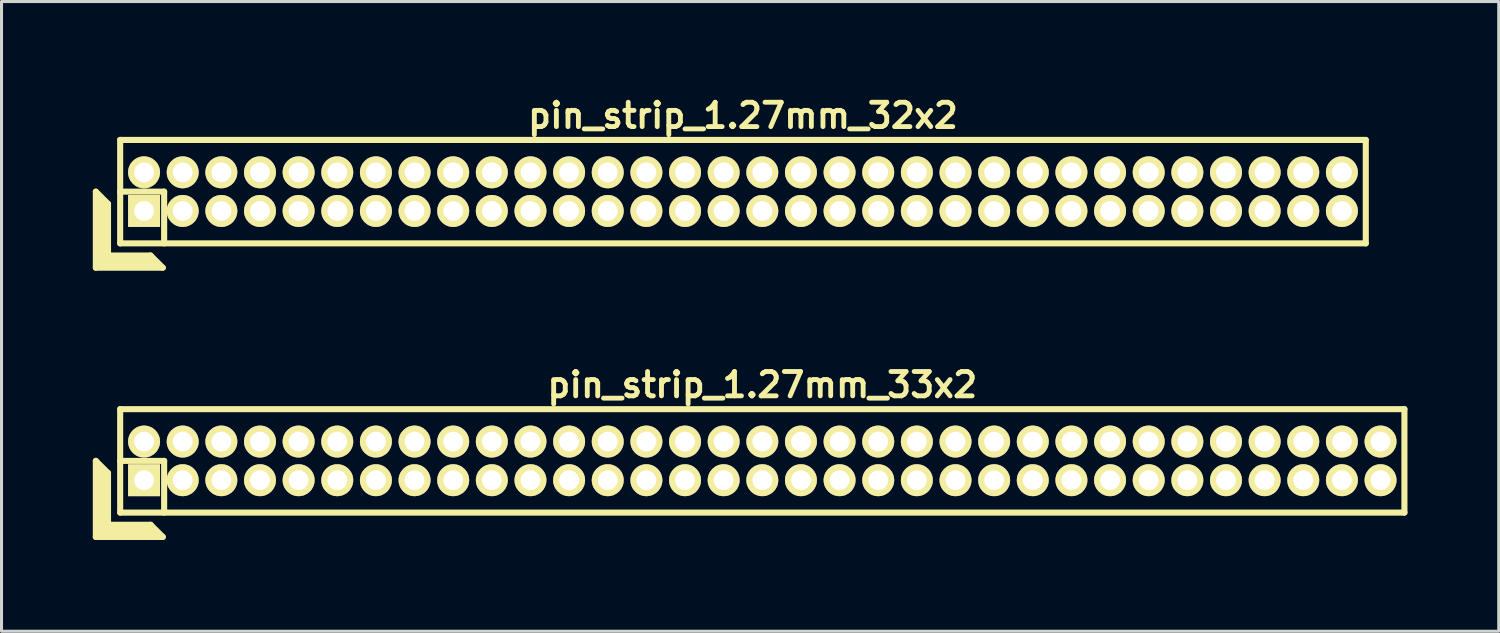
<source format=kicad_pcb>
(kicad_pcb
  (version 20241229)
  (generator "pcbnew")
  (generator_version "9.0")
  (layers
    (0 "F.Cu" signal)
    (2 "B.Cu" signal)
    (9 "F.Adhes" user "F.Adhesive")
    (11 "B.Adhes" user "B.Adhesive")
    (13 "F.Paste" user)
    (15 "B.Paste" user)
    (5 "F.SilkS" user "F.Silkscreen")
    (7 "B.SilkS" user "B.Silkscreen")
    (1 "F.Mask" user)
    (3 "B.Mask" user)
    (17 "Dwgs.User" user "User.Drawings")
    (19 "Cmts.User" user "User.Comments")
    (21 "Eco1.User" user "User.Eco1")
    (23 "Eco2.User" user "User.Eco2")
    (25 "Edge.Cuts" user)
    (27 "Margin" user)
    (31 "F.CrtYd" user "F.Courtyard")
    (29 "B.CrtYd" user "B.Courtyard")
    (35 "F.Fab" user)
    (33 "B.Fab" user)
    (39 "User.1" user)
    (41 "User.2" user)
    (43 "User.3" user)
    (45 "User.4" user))
  (footprint "pin_strip_1.27mm_32x2"
    (layer "F.Cu")
    (at 21.37 3.249)
    (property "Reference" "pin_strip_1.27mm_32x2" (at 0 -2.5 0) (layer "F.SilkS") (effects (font (size 0.8 0.8) (thickness 0.16))))
    (attr through_hole)
    (fp_line (start -21.27 0) (end -21.27 2.5) (stroke (width 0.2) (type solid)) (layer "F.SilkS"))
    (fp_line (start -21.27 0) (end -20.87 0.4) (stroke (width 0.2) (type solid)) (layer "F.SilkS"))
    (fp_line (start -21.27 2.5) (end -19.07 2.5) (stroke (width 0.2) (type solid)) (layer "F.SilkS"))
    (fp_line (start -21.17 2.4) (end -21.17 0.2) (stroke (width 0.2) (type solid)) (layer "F.SilkS"))
    (fp_line (start -21.17 2.4) (end -19.27 2.4) (stroke (width 0.2) (type solid)) (layer "F.SilkS"))
    (fp_line (start -21.07 2.3) (end -21.07 0.3) (stroke (width 0.2) (type solid)) (layer "F.SilkS"))
    (fp_line (start -21.07 2.3) (end -19.37 2.3) (stroke (width 0.2) (type solid)) (layer "F.SilkS"))
    (fp_line (start -20.97 2.2) (end -20.97 0.4) (stroke (width 0.2) (type solid)) (layer "F.SilkS"))
    (fp_line (start -20.97 2.2) (end -19.47 2.2) (stroke (width 0.2) (type solid)) (layer "F.SilkS"))
    (fp_line (start -20.87 2.1) (end -20.87 0.4) (stroke (width 0.2) (type solid)) (layer "F.SilkS"))
    (fp_line (start -20.87 2.1) (end -19.47 2.1) (stroke (width 0.2) (type solid)) (layer "F.SilkS"))
    (fp_line (start -20.475 0) (end -19.025 0) (stroke (width 0.2) (type solid)) (layer "F.SilkS"))
    (fp_line (start -20.47 -1.7) (end 20.47 -1.7) (stroke (width 0.2) (type solid)) (layer "F.SilkS"))
    (fp_line (start -20.47 1.7) (end -20.47 -1.7) (stroke (width 0.2) (type solid)) (layer "F.SilkS"))
    (fp_line (start -19.47 2.1) (end -19.07 2.5) (stroke (width 0.2) (type solid)) (layer "F.SilkS"))
    (fp_line (start -19.025 0) (end -19.025 1.7) (stroke (width 0.2) (type solid)) (layer "F.SilkS"))
    (fp_line (start 20.47 -1.7) (end 20.47 1.7) (stroke (width 0.2) (type solid)) (layer "F.SilkS"))
    (fp_line (start 20.47 1.7) (end -20.47 1.7) (stroke (width 0.2) (type solid)) (layer "F.SilkS"))
    (pad "1" thru_hole rect (at -19.685 0.635) (size 1.05 1.05) (drill 0.65) (layers "*.Cu" "*.Mask" "F.SilkS"))
    (pad "2" thru_hole oval (at -19.685 -0.635) (size 1.05 1.05) (drill 0.65) (layers "*.Cu" "*.Mask" "F.SilkS"))
    (pad "3" thru_hole oval (at -18.415 0.635) (size 1.05 1.05) (drill 0.65) (layers "*.Cu" "*.Mask" "F.SilkS"))
    (pad "4" thru_hole oval (at -18.415 -0.635) (size 1.05 1.05) (drill 0.65) (layers "*.Cu" "*.Mask" "F.SilkS"))
    (pad "5" thru_hole oval (at -17.145 0.635) (size 1.05 1.05) (drill 0.65) (layers "*.Cu" "*.Mask" "F.SilkS"))
    (pad "6" thru_hole oval (at -17.145 -0.635) (size 1.05 1.05) (drill 0.65) (layers "*.Cu" "*.Mask" "F.SilkS"))
    (pad "7" thru_hole oval (at -15.875 0.635) (size 1.05 1.05) (drill 0.65) (layers "*.Cu" "*.Mask" "F.SilkS"))
    (pad "8" thru_hole oval (at -15.875 -0.635) (size 1.05 1.05) (drill 0.65) (layers "*.Cu" "*.Mask" "F.SilkS"))
    (pad "9" thru_hole oval (at -14.605 0.635) (size 1.05 1.05) (drill 0.65) (layers "*.Cu" "*.Mask" "F.SilkS"))
    (pad "10" thru_hole oval (at -14.605 -0.635) (size 1.05 1.05) (drill 0.65) (layers "*.Cu" "*.Mask" "F.SilkS"))
    (pad "11" thru_hole oval (at -13.335 0.635) (size 1.05 1.05) (drill 0.65) (layers "*.Cu" "*.Mask" "F.SilkS"))
    (pad "12" thru_hole oval (at -13.335 -0.635) (size 1.05 1.05) (drill 0.65) (layers "*.Cu" "*.Mask" "F.SilkS"))
    (pad "13" thru_hole oval (at -12.065 0.635) (size 1.05 1.05) (drill 0.65) (layers "*.Cu" "*.Mask" "F.SilkS"))
    (pad "14" thru_hole oval (at -12.065 -0.635) (size 1.05 1.05) (drill 0.65) (layers "*.Cu" "*.Mask" "F.SilkS"))
    (pad "15" thru_hole oval (at -10.795 0.635) (size 1.05 1.05) (drill 0.65) (layers "*.Cu" "*.Mask" "F.SilkS"))
    (pad "16" thru_hole oval (at -10.795 -0.635) (size 1.05 1.05) (drill 0.65) (layers "*.Cu" "*.Mask" "F.SilkS"))
    (pad "17" thru_hole oval (at -9.525 0.635) (size 1.05 1.05) (drill 0.65) (layers "*.Cu" "*.Mask" "F.SilkS"))
    (pad "18" thru_hole oval (at -9.525 -0.635) (size 1.05 1.05) (drill 0.65) (layers "*.Cu" "*.Mask" "F.SilkS"))
    (pad "19" thru_hole oval (at -8.255 0.635) (size 1.05 1.05) (drill 0.65) (layers "*.Cu" "*.Mask" "F.SilkS"))
    (pad "20" thru_hole oval (at -8.255 -0.635) (size 1.05 1.05) (drill 0.65) (layers "*.Cu" "*.Mask" "F.SilkS"))
    (pad "21" thru_hole oval (at -6.985 0.635) (size 1.05 1.05) (drill 0.65) (layers "*.Cu" "*.Mask" "F.SilkS"))
    (pad "22" thru_hole oval (at -6.985 -0.635) (size 1.05 1.05) (drill 0.65) (layers "*.Cu" "*.Mask" "F.SilkS"))
    (pad "23" thru_hole oval (at -5.715 0.635) (size 1.05 1.05) (drill 0.65) (layers "*.Cu" "*.Mask" "F.SilkS"))
    (pad "24" thru_hole oval (at -5.715 -0.635) (size 1.05 1.05) (drill 0.65) (layers "*.Cu" "*.Mask" "F.SilkS"))
    (pad "25" thru_hole oval (at -4.445 0.635) (size 1.05 1.05) (drill 0.65) (layers "*.Cu" "*.Mask" "F.SilkS"))
    (pad "26" thru_hole oval (at -4.445 -0.635) (size 1.05 1.05) (drill 0.65) (layers "*.Cu" "*.Mask" "F.SilkS"))
    (pad "27" thru_hole oval (at -3.175 0.635) (size 1.05 1.05) (drill 0.65) (layers "*.Cu" "*.Mask" "F.SilkS"))
    (pad "28" thru_hole oval (at -3.175 -0.635) (size 1.05 1.05) (drill 0.65) (layers "*.Cu" "*.Mask" "F.SilkS"))
    (pad "29" thru_hole oval (at -1.905 0.635) (size 1.05 1.05) (drill 0.65) (layers "*.Cu" "*.Mask" "F.SilkS"))
    (pad "30" thru_hole oval (at -1.905 -0.635) (size 1.05 1.05) (drill 0.65) (layers "*.Cu" "*.Mask" "F.SilkS"))
    (pad "31" thru_hole oval (at -0.635 0.635) (size 1.05 1.05) (drill 0.65) (layers "*.Cu" "*.Mask" "F.SilkS"))
    (pad "32" thru_hole oval (at -0.635 -0.635) (size 1.05 1.05) (drill 0.65) (layers "*.Cu" "*.Mask" "F.SilkS"))
    (pad "33" thru_hole oval (at 0.635 0.635) (size 1.05 1.05) (drill 0.65) (layers "*.Cu" "*.Mask" "F.SilkS"))
    (pad "34" thru_hole oval (at 0.635 -0.635) (size 1.05 1.05) (drill 0.65) (layers "*.Cu" "*.Mask" "F.SilkS"))
    (pad "35" thru_hole oval (at 1.905 0.635) (size 1.05 1.05) (drill 0.65) (layers "*.Cu" "*.Mask" "F.SilkS"))
    (pad "36" thru_hole oval (at 1.905 -0.635) (size 1.05 1.05) (drill 0.65) (layers "*.Cu" "*.Mask" "F.SilkS"))
    (pad "37" thru_hole oval (at 3.175 0.635) (size 1.05 1.05) (drill 0.65) (layers "*.Cu" "*.Mask" "F.SilkS"))
    (pad "38" thru_hole oval (at 3.175 -0.635) (size 1.05 1.05) (drill 0.65) (layers "*.Cu" "*.Mask" "F.SilkS"))
    (pad "39" thru_hole oval (at 4.445 0.635) (size 1.05 1.05) (drill 0.65) (layers "*.Cu" "*.Mask" "F.SilkS"))
    (pad "40" thru_hole oval (at 4.445 -0.635) (size 1.05 1.05) (drill 0.65) (layers "*.Cu" "*.Mask" "F.SilkS"))
    (pad "41" thru_hole oval (at 5.715 0.635) (size 1.05 1.05) (drill 0.65) (layers "*.Cu" "*.Mask" "F.SilkS"))
    (pad "42" thru_hole oval (at 5.715 -0.635) (size 1.05 1.05) (drill 0.65) (layers "*.Cu" "*.Mask" "F.SilkS"))
    (pad "43" thru_hole oval (at 6.985 0.635) (size 1.05 1.05) (drill 0.65) (layers "*.Cu" "*.Mask" "F.SilkS"))
    (pad "44" thru_hole oval (at 6.985 -0.635) (size 1.05 1.05) (drill 0.65) (layers "*.Cu" "*.Mask" "F.SilkS"))
    (pad "45" thru_hole oval (at 8.255 0.635) (size 1.05 1.05) (drill 0.65) (layers "*.Cu" "*.Mask" "F.SilkS"))
    (pad "46" thru_hole oval (at 8.255 -0.635) (size 1.05 1.05) (drill 0.65) (layers "*.Cu" "*.Mask" "F.SilkS"))
    (pad "47" thru_hole oval (at 9.525 0.635) (size 1.05 1.05) (drill 0.65) (layers "*.Cu" "*.Mask" "F.SilkS"))
    (pad "48" thru_hole oval (at 9.525 -0.635) (size 1.05 1.05) (drill 0.65) (layers "*.Cu" "*.Mask" "F.SilkS"))
    (pad "49" thru_hole oval (at 10.795 0.635) (size 1.05 1.05) (drill 0.65) (layers "*.Cu" "*.Mask" "F.SilkS"))
    (pad "50" thru_hole oval (at 10.795 -0.635) (size 1.05 1.05) (drill 0.65) (layers "*.Cu" "*.Mask" "F.SilkS"))
    (pad "51" thru_hole circle (at 12.065 0.635) (size 1.05 1.05) (drill 0.65) (layers "*.Cu" "*.Mask" "F.SilkS"))
    (pad "52" thru_hole oval (at 12.065 -0.635) (size 1.05 1.05) (drill 0.65) (layers "*.Cu" "*.Mask" "F.SilkS"))
    (pad "53" thru_hole oval (at 13.335 0.635) (size 1.05 1.05) (drill 0.65) (layers "*.Cu" "*.Mask" "F.SilkS"))
    (pad "54" thru_hole oval (at 13.335 -0.635) (size 1.05 1.05) (drill 0.65) (layers "*.Cu" "*.Mask" "F.SilkS"))
    (pad "55" thru_hole oval (at 14.605 0.635) (size 1.05 1.05) (drill 0.65) (layers "*.Cu" "*.Mask" "F.SilkS"))
    (pad "56" thru_hole oval (at 14.605 -0.635) (size 1.05 1.05) (drill 0.65) (layers "*.Cu" "*.Mask" "F.SilkS"))
    (pad "57" thru_hole oval (at 15.875 0.635) (size 1.05 1.05) (drill 0.65) (layers "*.Cu" "*.Mask" "F.SilkS"))
    (pad "58" thru_hole oval (at 15.875 -0.635) (size 1.05 1.05) (drill 0.65) (layers "*.Cu" "*.Mask" "F.SilkS"))
    (pad "59" thru_hole oval (at 17.145 0.635) (size 1.05 1.05) (drill 0.65) (layers "*.Cu" "*.Mask" "F.SilkS"))
    (pad "60" thru_hole oval (at 17.145 -0.635) (size 1.05 1.05) (drill 0.65) (layers "*.Cu" "*.Mask" "F.SilkS"))
    (pad "61" thru_hole oval (at 18.415 0.635) (size 1.05 1.05) (drill 0.65) (layers "*.Cu" "*.Mask" "F.SilkS"))
    (pad "62" thru_hole oval (at 18.415 -0.635) (size 1.05 1.05) (drill 0.65) (layers "*.Cu" "*.Mask" "F.SilkS"))
    (pad "63" thru_hole oval (at 19.685 0.635) (size 1.05 1.05) (drill 0.65) (layers "*.Cu" "*.Mask" "F.SilkS"))
    (pad "64" thru_hole oval (at 19.685 -0.635) (size 1.05 1.05) (drill 0.65) (layers "*.Cu" "*.Mask" "F.SilkS")))
  (footprint "pin_strip_1.27mm_33x2"
    (layer "F.Cu")
    (at 22.005 12.098)
    (property "Reference" "pin_strip_1.27mm_33x2" (at 0 -2.5 0) (layer "F.SilkS") (effects (font (size 0.8 0.8) (thickness 0.16))))
    (attr through_hole)
    (fp_line (start -21.905 0) (end -21.905 2.5) (stroke (width 0.2) (type solid)) (layer "F.SilkS"))
    (fp_line (start -21.905 0) (end -21.505 0.4) (stroke (width 0.2) (type solid)) (layer "F.SilkS"))
    (fp_line (start -21.905 2.5) (end -19.705 2.5) (stroke (width 0.2) (type solid)) (layer "F.SilkS"))
    (fp_line (start -21.805 2.4) (end -21.805 0.2) (stroke (width 0.2) (type solid)) (layer "F.SilkS"))
    (fp_line (start -21.805 2.4) (end -19.905 2.4) (stroke (width 0.2) (type solid)) (layer "F.SilkS"))
    (fp_line (start -21.705 2.3) (end -21.705 0.3) (stroke (width 0.2) (type solid)) (layer "F.SilkS"))
    (fp_line (start -21.705 2.3) (end -20.005 2.3) (stroke (width 0.2) (type solid)) (layer "F.SilkS"))
    (fp_line (start -21.605 2.2) (end -21.605 0.4) (stroke (width 0.2) (type solid)) (layer "F.SilkS"))
    (fp_line (start -21.605 2.2) (end -20.105 2.2) (stroke (width 0.2) (type solid)) (layer "F.SilkS"))
    (fp_line (start -21.505 2.1) (end -21.505 0.4) (stroke (width 0.2) (type solid)) (layer "F.SilkS"))
    (fp_line (start -21.505 2.1) (end -20.105 2.1) (stroke (width 0.2) (type solid)) (layer "F.SilkS"))
    (fp_line (start -21.11 0) (end -19.66 0) (stroke (width 0.2) (type solid)) (layer "F.SilkS"))
    (fp_line (start -21.105 -1.7) (end 21.105 -1.7) (stroke (width 0.2) (type solid)) (layer "F.SilkS"))
    (fp_line (start -21.105 1.7) (end -21.105 -1.7) (stroke (width 0.2) (type solid)) (layer "F.SilkS"))
    (fp_line (start -20.105 2.1) (end -19.705 2.5) (stroke (width 0.2) (type solid)) (layer "F.SilkS"))
    (fp_line (start -19.66 0) (end -19.66 1.7) (stroke (width 0.2) (type solid)) (layer "F.SilkS"))
    (fp_line (start 21.105 -1.7) (end 21.105 1.7) (stroke (width 0.2) (type solid)) (layer "F.SilkS"))
    (fp_line (start 21.105 1.7) (end -21.105 1.7) (stroke (width 0.2) (type solid)) (layer "F.SilkS"))
    (pad "1" thru_hole rect (at -20.32 0.635) (size 1.05 1.05) (drill 0.65) (layers "*.Cu" "*.Mask" "F.SilkS"))
    (pad "2" thru_hole oval (at -20.32 -0.635) (size 1.05 1.05) (drill 0.65) (layers "*.Cu" "*.Mask" "F.SilkS"))
    (pad "3" thru_hole oval (at -19.05 0.635) (size 1.05 1.05) (drill 0.65) (layers "*.Cu" "*.Mask" "F.SilkS"))
    (pad "4" thru_hole oval (at -19.05 -0.635) (size 1.05 1.05) (drill 0.65) (layers "*.Cu" "*.Mask" "F.SilkS"))
    (pad "5" thru_hole oval (at -17.78 0.635) (size 1.05 1.05) (drill 0.65) (layers "*.Cu" "*.Mask" "F.SilkS"))
    (pad "6" thru_hole oval (at -17.78 -0.635) (size 1.05 1.05) (drill 0.65) (layers "*.Cu" "*.Mask" "F.SilkS"))
    (pad "7" thru_hole oval (at -16.51 0.635) (size 1.05 1.05) (drill 0.65) (layers "*.Cu" "*.Mask" "F.SilkS"))
    (pad "8" thru_hole oval (at -16.51 -0.635) (size 1.05 1.05) (drill 0.65) (layers "*.Cu" "*.Mask" "F.SilkS"))
    (pad "9" thru_hole oval (at -15.24 0.635) (size 1.05 1.05) (drill 0.65) (layers "*.Cu" "*.Mask" "F.SilkS"))
    (pad "10" thru_hole oval (at -15.24 -0.635) (size 1.05 1.05) (drill 0.65) (layers "*.Cu" "*.Mask" "F.SilkS"))
    (pad "11" thru_hole oval (at -13.97 0.635) (size 1.05 1.05) (drill 0.65) (layers "*.Cu" "*.Mask" "F.SilkS"))
    (pad "12" thru_hole oval (at -13.97 -0.635) (size 1.05 1.05) (drill 0.65) (layers "*.Cu" "*.Mask" "F.SilkS"))
    (pad "13" thru_hole oval (at -12.7 0.635) (size 1.05 1.05) (drill 0.65) (layers "*.Cu" "*.Mask" "F.SilkS"))
    (pad "14" thru_hole oval (at -12.7 -0.635) (size 1.05 1.05) (drill 0.65) (layers "*.Cu" "*.Mask" "F.SilkS"))
    (pad "15" thru_hole oval (at -11.43 0.635) (size 1.05 1.05) (drill 0.65) (layers "*.Cu" "*.Mask" "F.SilkS"))
    (pad "16" thru_hole oval (at -11.43 -0.635) (size 1.05 1.05) (drill 0.65) (layers "*.Cu" "*.Mask" "F.SilkS"))
    (pad "17" thru_hole oval (at -10.16 0.635) (size 1.05 1.05) (drill 0.65) (layers "*.Cu" "*.Mask" "F.SilkS"))
    (pad "18" thru_hole oval (at -10.16 -0.635) (size 1.05 1.05) (drill 0.65) (layers "*.Cu" "*.Mask" "F.SilkS"))
    (pad "19" thru_hole oval (at -8.89 0.635) (size 1.05 1.05) (drill 0.65) (layers "*.Cu" "*.Mask" "F.SilkS"))
    (pad "20" thru_hole oval (at -8.89 -0.635) (size 1.05 1.05) (drill 0.65) (layers "*.Cu" "*.Mask" "F.SilkS"))
    (pad "21" thru_hole oval (at -7.62 0.635) (size 1.05 1.05) (drill 0.65) (layers "*.Cu" "*.Mask" "F.SilkS"))
    (pad "22" thru_hole oval (at -7.62 -0.635) (size 1.05 1.05) (drill 0.65) (layers "*.Cu" "*.Mask" "F.SilkS"))
    (pad "23" thru_hole oval (at -6.35 0.635) (size 1.05 1.05) (drill 0.65) (layers "*.Cu" "*.Mask" "F.SilkS"))
    (pad "24" thru_hole oval (at -6.35 -0.635) (size 1.05 1.05) (drill 0.65) (layers "*.Cu" "*.Mask" "F.SilkS"))
    (pad "25" thru_hole oval (at -5.08 0.635) (size 1.05 1.05) (drill 0.65) (layers "*.Cu" "*.Mask" "F.SilkS"))
    (pad "26" thru_hole oval (at -5.08 -0.635) (size 1.05 1.05) (drill 0.65) (layers "*.Cu" "*.Mask" "F.SilkS"))
    (pad "27" thru_hole oval (at -3.81 0.635) (size 1.05 1.05) (drill 0.65) (layers "*.Cu" "*.Mask" "F.SilkS"))
    (pad "28" thru_hole oval (at -3.81 -0.635) (size 1.05 1.05) (drill 0.65) (layers "*.Cu" "*.Mask" "F.SilkS"))
    (pad "29" thru_hole oval (at -2.54 0.635) (size 1.05 1.05) (drill 0.65) (layers "*.Cu" "*.Mask" "F.SilkS"))
    (pad "30" thru_hole oval (at -2.54 -0.635) (size 1.05 1.05) (drill 0.65) (layers "*.Cu" "*.Mask" "F.SilkS"))
    (pad "31" thru_hole oval (at -1.27 0.635) (size 1.05 1.05) (drill 0.65) (layers "*.Cu" "*.Mask" "F.SilkS"))
    (pad "32" thru_hole oval (at -1.27 -0.635) (size 1.05 1.05) (drill 0.65) (layers "*.Cu" "*.Mask" "F.SilkS"))
    (pad "33" thru_hole oval (at 0 0.635) (size 1.05 1.05) (drill 0.65) (layers "*.Cu" "*.Mask" "F.SilkS"))
    (pad "34" thru_hole oval (at 0 -0.635) (size 1.05 1.05) (drill 0.65) (layers "*.Cu" "*.Mask" "F.SilkS"))
    (pad "35" thru_hole oval (at 1.27 0.635) (size 1.05 1.05) (drill 0.65) (layers "*.Cu" "*.Mask" "F.SilkS"))
    (pad "36" thru_hole oval (at 1.27 -0.635) (size 1.05 1.05) (drill 0.65) (layers "*.Cu" "*.Mask" "F.SilkS"))
    (pad "37" thru_hole oval (at 2.54 0.635) (size 1.05 1.05) (drill 0.65) (layers "*.Cu" "*.Mask" "F.SilkS"))
    (pad "38" thru_hole oval (at 2.54 -0.635) (size 1.05 1.05) (drill 0.65) (layers "*.Cu" "*.Mask" "F.SilkS"))
    (pad "39" thru_hole oval (at 3.81 0.635) (size 1.05 1.05) (drill 0.65) (layers "*.Cu" "*.Mask" "F.SilkS"))
    (pad "40" thru_hole oval (at 3.81 -0.635) (size 1.05 1.05) (drill 0.65) (layers "*.Cu" "*.Mask" "F.SilkS"))
    (pad "41" thru_hole oval (at 5.08 0.635) (size 1.05 1.05) (drill 0.65) (layers "*.Cu" "*.Mask" "F.SilkS"))
    (pad "42" thru_hole oval (at 5.08 -0.635) (size 1.05 1.05) (drill 0.65) (layers "*.Cu" "*.Mask" "F.SilkS"))
    (pad "43" thru_hole oval (at 6.35 0.635) (size 1.05 1.05) (drill 0.65) (layers "*.Cu" "*.Mask" "F.SilkS"))
    (pad "44" thru_hole oval (at 6.35 -0.635) (size 1.05 1.05) (drill 0.65) (layers "*.Cu" "*.Mask" "F.SilkS"))
    (pad "45" thru_hole oval (at 7.62 0.635) (size 1.05 1.05) (drill 0.65) (layers "*.Cu" "*.Mask" "F.SilkS"))
    (pad "46" thru_hole oval (at 7.62 -0.635) (size 1.05 1.05) (drill 0.65) (layers "*.Cu" "*.Mask" "F.SilkS"))
    (pad "47" thru_hole oval (at 8.89 0.635) (size 1.05 1.05) (drill 0.65) (layers "*.Cu" "*.Mask" "F.SilkS"))
    (pad "48" thru_hole oval (at 8.89 -0.635) (size 1.05 1.05) (drill 0.65) (layers "*.Cu" "*.Mask" "F.SilkS"))
    (pad "49" thru_hole oval (at 10.16 0.635) (size 1.05 1.05) (drill 0.65) (layers "*.Cu" "*.Mask" "F.SilkS"))
    (pad "50" thru_hole oval (at 10.16 -0.635) (size 1.05 1.05) (drill 0.65) (layers "*.Cu" "*.Mask" "F.SilkS"))
    (pad "51" thru_hole circle (at 11.43 0.635) (size 1.05 1.05) (drill 0.65) (layers "*.Cu" "*.Mask" "F.SilkS"))
    (pad "52" thru_hole oval (at 11.43 -0.635) (size 1.05 1.05) (drill 0.65) (layers "*.Cu" "*.Mask" "F.SilkS"))
    (pad "53" thru_hole oval (at 12.7 0.635) (size 1.05 1.05) (drill 0.65) (layers "*.Cu" "*.Mask" "F.SilkS"))
    (pad "54" thru_hole oval (at 12.7 -0.635) (size 1.05 1.05) (drill 0.65) (layers "*.Cu" "*.Mask" "F.SilkS"))
    (pad "55" thru_hole oval (at 13.97 0.635) (size 1.05 1.05) (drill 0.65) (layers "*.Cu" "*.Mask" "F.SilkS"))
    (pad "56" thru_hole oval (at 13.97 -0.635) (size 1.05 1.05) (drill 0.65) (layers "*.Cu" "*.Mask" "F.SilkS"))
    (pad "57" thru_hole oval (at 15.24 0.635) (size 1.05 1.05) (drill 0.65) (layers "*.Cu" "*.Mask" "F.SilkS"))
    (pad "58" thru_hole oval (at 15.24 -0.635) (size 1.05 1.05) (drill 0.65) (layers "*.Cu" "*.Mask" "F.SilkS"))
    (pad "59" thru_hole oval (at 16.51 0.635) (size 1.05 1.05) (drill 0.65) (layers "*.Cu" "*.Mask" "F.SilkS"))
    (pad "60" thru_hole oval (at 16.51 -0.635) (size 1.05 1.05) (drill 0.65) (layers "*.Cu" "*.Mask" "F.SilkS"))
    (pad "61" thru_hole oval (at 17.78 0.635) (size 1.05 1.05) (drill 0.65) (layers "*.Cu" "*.Mask" "F.SilkS"))
    (pad "62" thru_hole oval (at 17.78 -0.635) (size 1.05 1.05) (drill 0.65) (layers "*.Cu" "*.Mask" "F.SilkS"))
    (pad "63" thru_hole oval (at 19.05 0.635) (size 1.05 1.05) (drill 0.65) (layers "*.Cu" "*.Mask" "F.SilkS"))
    (pad "64" thru_hole oval (at 19.05 -0.635) (size 1.05 1.05) (drill 0.65) (layers "*.Cu" "*.Mask" "F.SilkS"))
    (pad "65" thru_hole oval (at 20.32 0.635) (size 1.05 1.05) (drill 0.65) (layers "*.Cu" "*.Mask" "F.SilkS"))
    (pad "66" thru_hole oval (at 20.32 -0.635) (size 1.05 1.05) (drill 0.65) (layers "*.Cu" "*.Mask" "F.SilkS")))
  (gr_rect
    (start -3 -3)
    (end 46.21 17.698)
    (stroke (width 0.1) (type default))
    (fill no)
    (layer "Edge.Cuts")))
</source>
